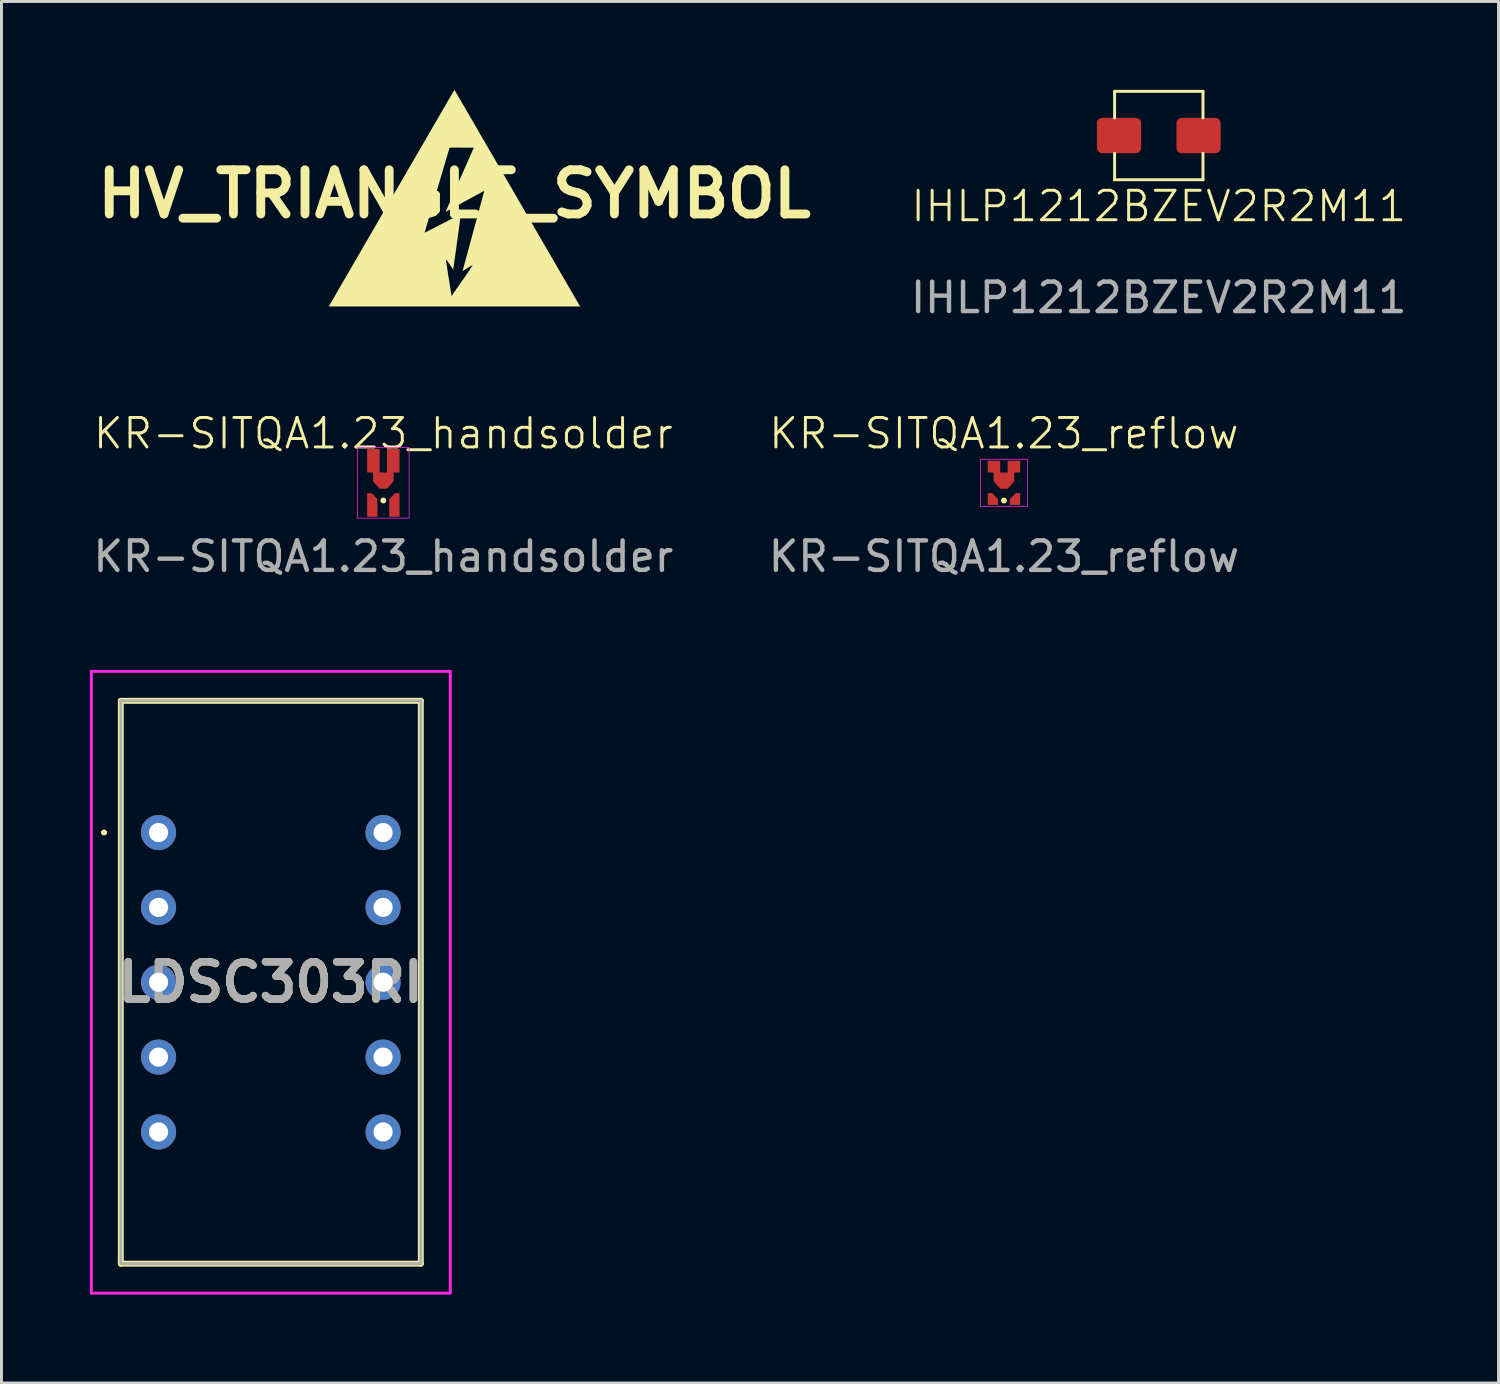
<source format=kicad_pcb>
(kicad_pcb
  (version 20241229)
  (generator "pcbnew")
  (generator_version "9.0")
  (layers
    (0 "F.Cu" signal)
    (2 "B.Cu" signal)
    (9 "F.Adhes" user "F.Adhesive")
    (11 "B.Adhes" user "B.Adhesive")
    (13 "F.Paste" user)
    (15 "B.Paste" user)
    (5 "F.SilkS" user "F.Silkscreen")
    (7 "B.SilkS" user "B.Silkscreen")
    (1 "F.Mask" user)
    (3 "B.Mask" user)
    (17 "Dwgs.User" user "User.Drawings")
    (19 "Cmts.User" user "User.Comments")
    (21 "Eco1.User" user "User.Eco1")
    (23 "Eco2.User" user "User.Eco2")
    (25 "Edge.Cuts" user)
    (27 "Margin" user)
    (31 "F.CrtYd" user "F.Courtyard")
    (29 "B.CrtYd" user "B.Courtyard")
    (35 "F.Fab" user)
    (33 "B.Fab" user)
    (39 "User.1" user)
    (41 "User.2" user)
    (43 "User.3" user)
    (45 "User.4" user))
  (footprint "IHLP1212BZEV2R2M11"
    (layer "F.Cu")
    (at 36.273 1.55)
    (property "Reference" "IHLP1212BZEV2R2M11" (at 0 2.4 0) (unlocked yes) (layer "F.SilkS") (effects (font (size 1 1) (thickness 0.1))))
    (attr smd)
    (fp_line (start -1.5 -1.5) (end 1.5 -1.5) (stroke (width 0.1) (type default)) (layer "F.SilkS"))
    (fp_line (start -1.5 -0.6) (end -1.5 -1.5) (stroke (width 0.1) (type default)) (layer "F.SilkS"))
    (fp_line (start -1.5 0.6) (end -1.5 1.5) (stroke (width 0.1) (type default)) (layer "F.SilkS"))
    (fp_line (start 1.5 -0.6) (end 1.5 -1.5) (stroke (width 0.1) (type default)) (layer "F.SilkS"))
    (fp_line (start 1.5 0.6) (end 1.5 1.5) (stroke (width 0.1) (type default)) (layer "F.SilkS"))
    (fp_line (start 1.5 1.5) (end -1.5 1.5) (stroke (width 0.1) (type default)) (layer "F.SilkS"))
    (fp_text user "${REFERENCE}" (at 0 5.5 0) (unlocked yes) (layer "F.Fab") (effects (font (size 1 1) (thickness 0.15))))
    (pad "1" smd roundrect (at -1.35 0) (size 1.5 1.2) (layers "F.Cu" "F.Mask" "F.Paste") (roundrect_rratio 0.15))
    (pad "2" smd roundrect (at 1.35 0) (size 1.5 1.2) (layers "F.Cu" "F.Mask" "F.Paste") (roundrect_rratio 0.15)))
  (footprint "KR-SITQA1.23_handsolder"
    (layer "F.Cu")
    (at 9.958 13.334)
    (property "Reference" "KR-SITQA1.23_handsolder" (at 0 -1.675 0) (unlocked yes) (layer "F.SilkS") (effects (font (size 1 1) (thickness 0.1))))
    (attr smd)
    (fp_circle (center 0 0.6) (end 0.05 0.6) (stroke (width 0.1) (type default)) (fill no) (layer "F.SilkS"))
    (fp_rect (start -0.875 -1.2) (end 0.875 1.2) (stroke (width 0.025) (type default)) (fill no) (layer "F.CrtYd"))
    (fp_text user "${REFERENCE}" (at 0 2.5 0) (unlocked yes) (layer "F.Fab") (effects (font (size 1 1) (thickness 0.15))))
    (pad "1" smd custom (at -0.4 0.5) (size 0.1 0.1) (layers "F.Cu" "F.Mask" "F.Paste") (options (anchor circle)) (primitives (gr_poly (pts (xy -0.15 0.65) (xy -0.15 -0.15) (xy 0 -0.15) (xy 0.2 0.05) (xy 0.2 0.65)) (width 0.0001) (fill yes))))
    (pad "1" smd custom (at 0.4 0.5) (size 0.1 0.1) (layers "F.Cu" "F.Mask" "F.Paste") (options (anchor circle)) (primitives (gr_poly (pts (xy 0.15 0.65) (xy 0.15 -0.15) (xy 0 -0.15) (xy -0.2 0.05) (xy -0.2 0.65)) (width 0.0001) (fill yes))))
    (pad "2" smd custom (at 0 -0.2) (size 0.1 0.1) (layers "F.Cu" "F.Mask" "F.Paste") (options (anchor circle)) (primitives (gr_poly (pts (xy 0.125 0.4) (xy 0.35 0.15) (xy 0.35 -0.15) (xy 0.55 -0.15) (xy 0.55 -0.95) (xy 0.125 -0.95) (xy 0.125 -0.15) (xy -0.125 -0.15) (xy -0.125 -0.95) (xy -0.55 -0.95) (xy -0.55 -0.15) (xy -0.35 -0.15) (xy -0.35 0.15) (xy -0.125 0.4)) (width 0.0001) (fill yes)))))
  (footprint "HV_TRIANGLE_SYMBOL"
    (layer "F.Cu")
    (at 12.371 3.533)
    (property "Reference" "HV_TRIANGLE_SYMBOL" (at 0 0 180) (layer "F.SilkS") (effects (font (size 1.5 1.5) (thickness 0.3))))
    (attr board_only exclude_from_pos_files exclude_from_bom)
    (fp_poly (pts (xy 0.004 -3.526) (xy 0.017 -3.505) (xy 0.037 -3.47) (xy 0.065 -3.423) (xy 0.1 -3.362) (xy 0.143 -3.29) (xy 0.192 -3.206) (xy 0.247 -3.11) (xy 0.309 -3.004) (xy 0.377 -2.888) (xy 0.45 -2.761) (xy 0.529 -2.626) (xy 0.613 -2.481) (xy 0.702 -2.328) (xy 0.796 -2.166) (xy 0.894 -1.997) (xy 0.996 -1.821) (xy 1.102 -1.638) (xy 1.212 -1.449) (xy 1.325 -1.255) (xy 1.441 -1.054) (xy 1.56 -0.849) (xy 1.681 -0.64) (xy 1.805 -0.427) (xy 1.892 -0.277) (xy 2.019 -0.057) (xy 2.146 0.161) (xy 2.271 0.376) (xy 2.394 0.589) (xy 2.515 0.798) (xy 2.634 1.003) (xy 2.75 1.203) (xy 2.863 1.399) (xy 2.973 1.588) (xy 3.079 1.771) (xy 3.182 1.948) (xy 3.28 2.117) (xy 3.374 2.279) (xy 3.463 2.432) (xy 3.546 2.577) (xy 3.624 2.711) (xy 3.697 2.836) (xy 3.763 2.951) (xy 3.823 3.054) (xy 3.876 3.146) (xy 3.923 3.226) (xy 3.962 3.293) (xy 3.993 3.347) (xy 4.016 3.387) (xy 4.022 3.398) (xy 4.265 3.817) (xy -0.000001 3.817) (xy -4.265 3.817) (xy -4.022 3.398) (xy -4.002 3.362) (xy -3.973 3.313) (xy -3.937 3.25) (xy -3.893 3.174) (xy -3.842 3.086) (xy -3.784 2.987) (xy -3.72 2.876) (xy -3.649 2.754) (xy -3.573 2.623) (xy -3.491 2.482) (xy -3.404 2.331) (xy -3.312 2.173) (xy -3.215 2.006) (xy -3.114 1.831) (xy -3.009 1.65) (xy -2.9 1.463) (xy -2.815 1.315) (xy -1.012 1.315) (xy -1.005 1.312) (xy -0.984 1.301) (xy -0.95 1.284) (xy -0.904 1.261) (xy -0.849 1.233) (xy -0.784 1.199) (xy -0.71 1.162) (xy -0.63 1.121) (xy -0.543 1.076) (xy -0.452 1.029) (xy -0.399 1.002) (xy -0.305 0.953) (xy -0.216 0.907) (xy -0.132 0.864) (xy -0.054 0.824) (xy 0.016 0.788) (xy 0.077 0.757) (xy 0.128 0.731) (xy 0.169 0.71) (xy 0.197 0.696) (xy 0.213 0.689) (xy 0.215 0.688) (xy 0.214 0.696) (xy 0.212 0.72) (xy 0.207 0.757) (xy 0.2 0.808) (xy 0.192 0.869) (xy 0.183 0.941) (xy 0.172 1.022) (xy 0.16 1.11) (xy 0.147 1.205) (xy 0.134 1.305) (xy 0.119 1.408) (xy 0.105 1.515) (xy 0.09 1.622) (xy 0.075 1.729) (xy 0.061 1.836) (xy 0.046 1.939) (xy 0.033 2.039) (xy 0.019 2.134) (xy 0.007 2.222) (xy -0.004 2.303) (xy -0.015 2.375) (xy -0.024 2.437) (xy -0.031 2.488) (xy -0.037 2.526) (xy -0.04 2.55) (xy -0.042 2.558) (xy -0.042 2.558) (xy -0.048 2.552) (xy -0.062 2.533) (xy -0.082 2.505) (xy -0.107 2.468) (xy -0.137 2.425) (xy -0.157 2.396) (xy -0.194 2.342) (xy -0.223 2.299) (xy -0.245 2.268) (xy -0.262 2.247) (xy -0.273 2.234) (xy -0.281 2.227) (xy -0.286 2.226) (xy -0.289 2.228) (xy -0.288 2.237) (xy -0.285 2.261) (xy -0.28 2.298) (xy -0.273 2.349) (xy -0.263 2.41) (xy -0.252 2.482) (xy -0.24 2.562) (xy -0.226 2.649) (xy -0.212 2.743) (xy -0.197 2.836) (xy -0.181 2.934) (xy -0.166 3.028) (xy -0.152 3.115) (xy -0.139 3.196) (xy -0.128 3.267) (xy -0.118 3.329) (xy -0.11 3.38) (xy -0.105 3.418) (xy -0.101 3.442) (xy -0.1 3.45) (xy -0.097 3.457) (xy -0.092 3.454) (xy -0.087 3.446) (xy -0.072 3.425) (xy -0.049 3.393) (xy -0.02 3.35) (xy 0.017 3.298) (xy 0.058 3.238) (xy 0.105 3.171) (xy 0.156 3.097) (xy 0.211 3.018) (xy 0.268 2.936) (xy 0.27 2.933) (xy 0.327 2.851) (xy 0.381 2.772) (xy 0.431 2.699) (xy 0.477 2.631) (xy 0.517 2.571) (xy 0.552 2.519) (xy 0.58 2.476) (xy 0.601 2.444) (xy 0.614 2.423) (xy 0.618 2.414) (xy 0.618 2.414) (xy 0.609 2.417) (xy 0.588 2.427) (xy 0.558 2.444) (xy 0.519 2.466) (xy 0.475 2.493) (xy 0.445 2.511) (xy 0.398 2.541) (xy 0.356 2.567) (xy 0.322 2.588) (xy 0.296 2.604) (xy 0.281 2.612) (xy 0.278 2.614) (xy 0.279 2.606) (xy 0.286 2.582) (xy 0.296 2.544) (xy 0.309 2.493) (xy 0.327 2.429) (xy 0.347 2.353) (xy 0.371 2.266) (xy 0.397 2.168) (xy 0.426 2.061) (xy 0.457 1.946) (xy 0.491 1.823) (xy 0.526 1.692) (xy 0.563 1.556) (xy 0.601 1.414) (xy 0.641 1.268) (xy 0.645 1.254) (xy 0.685 1.107) (xy 0.723 0.965) (xy 0.76 0.828) (xy 0.796 0.697) (xy 0.83 0.573) (xy 0.861 0.457) (xy 0.89 0.349) (xy 0.917 0.251) (xy 0.94 0.162) (xy 0.961 0.085) (xy 0.979 0.02) (xy 0.993 -0.033) (xy 1.003 -0.072) (xy 1.009 -0.097) (xy 1.012 -0.107) (xy 1.012 -0.107) (xy 1.004 -0.104) (xy 0.983 -0.093) (xy 0.95 -0.075) (xy 0.905 -0.05) (xy 0.849 -0.02) (xy 0.784 0.015) (xy 0.711 0.055) (xy 0.631 0.099) (xy 0.544 0.147) (xy 0.452 0.197) (xy 0.358 0.249) (xy 0.261 0.302) (xy 0.169 0.353) (xy 0.083 0.4) (xy 0.002 0.444) (xy -0.071 0.484) (xy -0.136 0.519) (xy -0.191 0.549) (xy -0.236 0.573) (xy -0.269 0.591) (xy -0.29 0.602) (xy -0.298 0.605) (xy -0.295 0.597) (xy -0.285 0.575) (xy -0.27 0.539) (xy -0.249 0.491) (xy -0.223 0.431) (xy -0.192 0.359) (xy -0.157 0.278) (xy -0.117 0.188) (xy -0.074 0.089) (xy -0.027 -0.018) (xy 0.023 -0.131) (xy 0.075 -0.25) (xy 0.13 -0.374) (xy 0.178 -0.484) (xy 0.657 -1.571) (xy 0.248 -1.573) (xy 0.167 -1.573) (xy 0.091 -1.574) (xy 0.022 -1.574) (xy -0.038 -1.573) (xy -0.089 -1.573) (xy -0.128 -1.573) (xy -0.153 -1.572) (xy -0.164 -1.572) (xy -0.165 -1.572) (xy -0.167 -1.563) (xy -0.174 -1.54) (xy -0.186 -1.503) (xy -0.201 -1.452) (xy -0.219 -1.39) (xy -0.241 -1.316) (xy -0.266 -1.233) (xy -0.293 -1.14) (xy -0.323 -1.039) (xy -0.355 -0.93) (xy -0.389 -0.816) (xy -0.424 -0.696) (xy -0.461 -0.572) (xy -0.498 -0.445) (xy -0.536 -0.315) (xy -0.575 -0.184) (xy -0.613 -0.052) (xy -0.652 0.079) (xy -0.69 0.208) (xy -0.727 0.335) (xy -0.763 0.459) (xy -0.798 0.578) (xy -0.831 0.691) (xy -0.863 0.799) (xy -0.892 0.898) (xy -0.919 0.99) (xy -0.943 1.072) (xy -0.964 1.144) (xy -0.981 1.205) (xy -0.995 1.253) (xy -1.005 1.288) (xy -1.011 1.309) (xy -1.012 1.315) (xy -2.815 1.315) (xy -2.788 1.269) (xy -2.673 1.071) (xy -2.555 0.867) (xy -2.435 0.659) (xy -2.312 0.448) (xy -2.188 0.233) (xy -2.062 0.016) (xy -1.935 -0.203) (xy -1.892 -0.277) (xy -1.766 -0.493) (xy -1.643 -0.705) (xy -1.523 -0.914) (xy -1.405 -1.117) (xy -1.289 -1.316) (xy -1.177 -1.509) (xy -1.069 -1.696) (xy -0.964 -1.877) (xy -0.863 -2.051) (xy -0.766 -2.217) (xy -0.674 -2.376) (xy -0.586 -2.527) (xy -0.504 -2.669) (xy -0.427 -2.802) (xy -0.355 -2.925) (xy -0.289 -3.038) (xy -0.229 -3.141) (xy -0.176 -3.233) (xy -0.129 -3.314) (xy -0.089 -3.382) (xy -0.056 -3.439) (xy -0.03 -3.482) (xy -0.012 -3.513) (xy -0.002 -3.53) (xy 0 -3.533)) (stroke (width 0) (type solid)) (fill yes) (layer "F.SilkS")))
  (footprint "KR-SITQA1.23_reflow"
    (layer "F.Cu")
    (at 31.018 13.334)
    (property "Reference" "KR-SITQA1.23_reflow" (at 0 -1.675 0) (unlocked yes) (layer "F.SilkS") (effects (font (size 1 1) (thickness 0.1))))
    (attr smd)
    (fp_circle (center 0 0.6) (end 0.05 0.6) (stroke (width 0.1) (type default)) (fill no) (layer "F.SilkS"))
    (fp_rect (start -0.8 -0.8) (end 0.8 0.8) (stroke (width 0.025) (type default)) (fill no) (layer "F.CrtYd"))
    (fp_text user "${REFERENCE}" (at 0 2.5 0) (unlocked yes) (layer "F.Fab") (effects (font (size 1 1) (thickness 0.15))))
    (pad "1" smd custom (at -0.4 0.5) (size 0.1 0.1) (layers "F.Cu" "F.Mask" "F.Paste") (options (anchor circle)) (primitives (gr_poly (pts (xy -0.15 0.25) (xy -0.15 -0.15) (xy 0 -0.15) (xy 0.2 0.05) (xy 0.2 0.25)) (width 0.0001) (fill yes))))
    (pad "1" smd custom (at 0.4 0.5) (size 0.1 0.1) (layers "F.Cu" "F.Mask" "F.Paste") (options (anchor circle)) (primitives (gr_poly (pts (xy 0.15 0.25) (xy 0.15 -0.15) (xy 0 -0.15) (xy -0.2 0.05) (xy -0.2 0.25)) (width 0.0001) (fill yes))))
    (pad "2" smd custom (at 0 -0.2) (size 0.1 0.1) (layers "F.Cu" "F.Mask" "F.Paste") (options (anchor circle)) (primitives (gr_poly (pts (xy 0.125 0.4) (xy 0.35 0.15) (xy 0.35 -0.15) (xy 0.55 -0.15) (xy 0.55 -0.55) (xy 0.125 -0.55) (xy 0.125 -0.15) (xy -0.125 -0.15) (xy -0.125 -0.55) (xy -0.55 -0.55) (xy -0.55 -0.15) (xy -0.35 -0.15) (xy -0.35 0.15) (xy -0.125 0.4)) (width 0.0001) (fill yes)))))
  (footprint "LDSC303RI"
    (layer "F.Cu")
    (at 2.33 25.202)
    (property "Reference" "LDSC303RI" (at 3.81 5.08 0) (layer "F.SilkS") (effects (font (size 1.27 1.27) (thickness 0.254))))
    (attr through_hole)
    (fp_line (start -1.9 0) (end -1.9 0) (stroke (width 0.1) (type solid)) (layer "F.SilkS"))
    (fp_line (start -1.8 0) (end -1.8 0) (stroke (width 0.1) (type solid)) (layer "F.SilkS"))
    (fp_line (start -1.28 -4.47) (end 8.9 -4.47) (stroke (width 0.2) (type solid)) (layer "F.SilkS"))
    (fp_line (start -1.28 14.63) (end -1.28 -4.47) (stroke (width 0.2) (type solid)) (layer "F.SilkS"))
    (fp_line (start 8.9 -4.47) (end 8.9 14.63) (stroke (width 0.2) (type solid)) (layer "F.SilkS"))
    (fp_line (start 8.9 14.63) (end -1.28 14.63) (stroke (width 0.2) (type solid)) (layer "F.SilkS"))
    (fp_arc (start -1.9 0) (mid -1.85 -0.05) (end -1.8 0) (stroke (width 0.1) (type solid)) (layer "F.SilkS"))
    (fp_arc (start -1.8 0) (mid -1.85 0.05) (end -1.9 0) (stroke (width 0.1) (type solid)) (layer "F.SilkS"))
    (fp_line (start -2.28 -5.47) (end 9.9 -5.47) (stroke (width 0.1) (type solid)) (layer "F.CrtYd"))
    (fp_line (start -2.28 15.63) (end -2.28 -5.47) (stroke (width 0.1) (type solid)) (layer "F.CrtYd"))
    (fp_line (start 9.9 -5.47) (end 9.9 15.63) (stroke (width 0.1) (type solid)) (layer "F.CrtYd"))
    (fp_line (start 9.9 15.63) (end -2.28 15.63) (stroke (width 0.1) (type solid)) (layer "F.CrtYd"))
    (fp_line (start -1.28 -4.47) (end 8.9 -4.47) (stroke (width 0.1) (type solid)) (layer "F.Fab"))
    (fp_line (start -1.28 14.63) (end -1.28 -4.47) (stroke (width 0.1) (type solid)) (layer "F.Fab"))
    (fp_line (start 8.9 -4.47) (end 8.9 14.63) (stroke (width 0.1) (type solid)) (layer "F.Fab"))
    (fp_line (start 8.9 14.63) (end -1.28 14.63) (stroke (width 0.1) (type solid)) (layer "F.Fab"))
    (fp_text user "${REFERENCE}" (at 3.81 5.08 0) (layer "F.Fab") (effects (font (size 1.27 1.27) (thickness 0.254))))
    (pad "2" thru_hole circle (at 0 0) (size 1.192 1.192) (drill 0.65) (layers "*.Cu" "*.Mask"))
    (pad "3" thru_hole circle (at 0 2.54) (size 1.192 1.192) (drill 0.65) (layers "*.Cu" "*.Mask"))
    (pad "4" thru_hole circle (at 0 5.08) (size 1.192 1.192) (drill 0.65) (layers "*.Cu" "*.Mask"))
    (pad "5" thru_hole circle (at 0 7.62) (size 1.192 1.192) (drill 0.65) (layers "*.Cu" "*.Mask"))
    (pad "6" thru_hole circle (at 0 10.16) (size 1.192 1.192) (drill 0.65) (layers "*.Cu" "*.Mask"))
    (pad "9" thru_hole circle (at 7.62 10.16) (size 1.192 1.192) (drill 0.65) (layers "*.Cu" "*.Mask"))
    (pad "10" thru_hole circle (at 7.62 7.62) (size 1.192 1.192) (drill 0.65) (layers "*.Cu" "*.Mask"))
    (pad "11" thru_hole circle (at 7.62 5.08) (size 1.192 1.192) (drill 0.65) (layers "*.Cu" "*.Mask"))
    (pad "12" thru_hole circle (at 7.62 2.54) (size 1.192 1.192) (drill 0.65) (layers "*.Cu" "*.Mask"))
    (pad "13" thru_hole circle (at 7.62 0) (size 1.192 1.192) (drill 0.65) (layers "*.Cu" "*.Mask")))
  (gr_rect
    (start -3 -3)
    (end 47.802 43.882)
    (stroke (width 0.1) (type default))
    (fill no)
    (layer "Edge.Cuts")))
</source>
